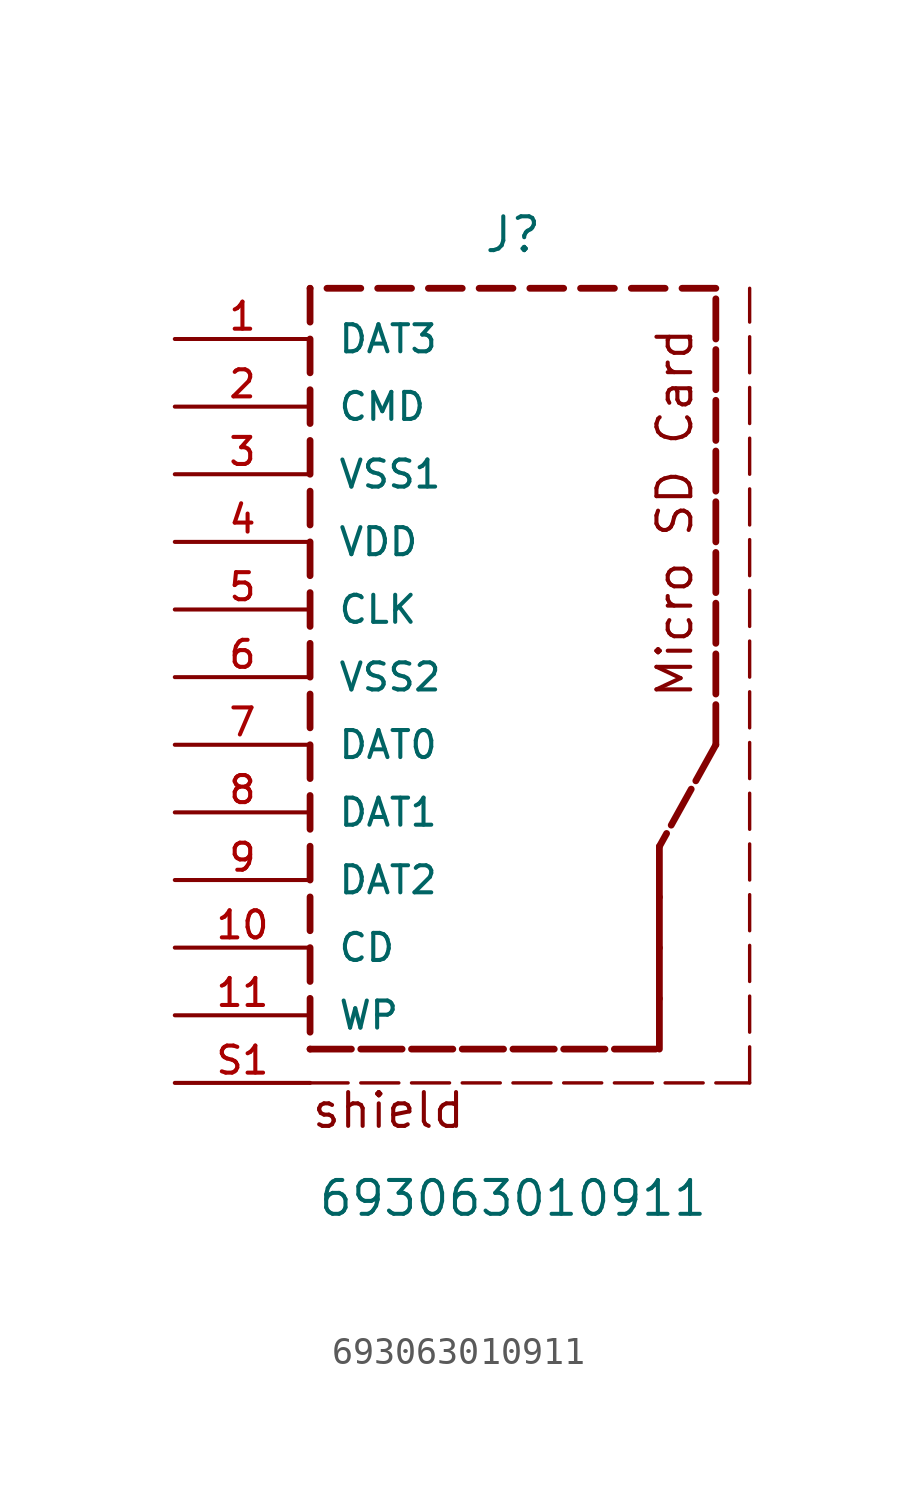
<source format=kicad_sym>
(kicad_symbol_lib
  (version 20211014)
  (generator kicad_symbol_editor)
  (symbol "693063010911"
    (pin_names
      (offset 1.016))
    (property "Reference" "J"
      (at 0.0 13.335 0)
      (effects (font (size 1.27 1.27)) (justify bottom)))
    (property "Value" "693063010911"
      (at 0.0 -22.86 0)
      (effects (font (size 1.27 1.27)) (justify bottom)))
    (symbol "693063010911_0_0"
      (text "Micro SD Card " (at 6.823 -3.402 900) (effects (font (size 1.27 1.27)) (justify bottom left)))
      (text "shield" (at -7.62 -19.558 0) (effects (font (size 1.27 1.27)) (justify bottom left)))
      (polyline (pts (xy -7.62 12.065) (xy -7.62 10.795)) (stroke (width 0.254)))
      (polyline (pts (xy -7.62 10.16) (xy -7.62 8.89)) (stroke (width 0.254)))
      (polyline (pts (xy -7.62 8.255) (xy -7.62 6.985)) (stroke (width 0.254)))
      (polyline (pts (xy -7.62 6.35) (xy -7.62 5.08)) (stroke (width 0.254)))
      (polyline (pts (xy -7.62 4.445) (xy -7.62 3.175)) (stroke (width 0.254)))
      (polyline (pts (xy -7.62 2.54) (xy -7.62 1.27)) (stroke (width 0.254)))
      (polyline (pts (xy -7.62 0.635) (xy -7.62 -0.635)) (stroke (width 0.254)))
      (polyline (pts (xy -7.62 -1.27) (xy -7.62 -2.54)) (stroke (width 0.254)))
      (polyline (pts (xy -7.62 -3.175) (xy -7.62 -4.445)) (stroke (width 0.254)))
      (polyline (pts (xy -7.62 -5.08) (xy -7.62 -6.35)) (stroke (width 0.254)))
      (polyline (pts (xy -7.62 -6.985) (xy -7.62 -8.255)) (stroke (width 0.254)))
      (polyline (pts (xy -7.62 -8.89) (xy -7.62 -10.16)) (stroke (width 0.254)))
      (polyline (pts (xy -7.62 -10.795) (xy -7.62 -12.065)) (stroke (width 0.254)))
      (polyline (pts (xy -7.62 -12.7) (xy -7.62 -13.97)) (stroke (width 0.254)))
      (polyline (pts (xy -7.62 -14.605) (xy -7.62 -15.875)) (stroke (width 0.254)))
      (polyline (pts (xy -7.62 -16.51) (xy -7.62 -16.51)) (stroke (width 0.254)))
      (polyline (pts (xy -7.62 -16.51) (xy -6.068 -16.51)) (stroke (width 0.254)))
      (polyline (pts (xy -5.715 -16.51) (xy -4.163 -16.51)) (stroke (width 0.254)))
      (polyline (pts (xy -3.81 -16.51) (xy -2.258 -16.51)) (stroke (width 0.254)))
      (polyline (pts (xy -1.905 -16.51) (xy -0.353 -16.51)) (stroke (width 0.254)))
      (polyline (pts (xy 8.88178e-16 -16.51) (xy 1.552 -16.51)) (stroke (width 0.254)))
      (polyline (pts (xy 1.905 -16.51) (xy 3.457 -16.51)) (stroke (width 0.254)))
      (polyline (pts (xy 3.81 -16.51) (xy 5.362 -16.51)) (stroke (width 0.254)))
      (polyline (pts (xy 7.62 12.065) (xy 6.35 12.065)) (stroke (width 0.254)))
      (polyline (pts (xy 5.715 12.065) (xy 4.445 12.065)) (stroke (width 0.254)))
      (polyline (pts (xy 3.81 12.065) (xy 2.54 12.065)) (stroke (width 0.254)))
      (polyline (pts (xy 1.905 12.065) (xy 0.635 12.065)) (stroke (width 0.254)))
      (polyline (pts (xy 0.0 12.065) (xy -1.27 12.065)) (stroke (width 0.254)))
      (polyline (pts (xy -1.905 12.065) (xy -3.175 12.065)) (stroke (width 0.254)))
      (polyline (pts (xy -3.81 12.065) (xy -5.08 12.065)) (stroke (width 0.254)))
      (polyline (pts (xy -5.715 12.065) (xy -6.985 12.065)) (stroke (width 0.254)))
      (polyline (pts (xy -7.62 12.065) (xy -7.62 12.065)) (stroke (width 0.254)))
      (polyline (pts (xy 7.62 -5.08) (xy 7.62 -3.572)) (stroke (width 0.254)))
      (polyline (pts (xy 7.62 -3.175) (xy 7.62 -1.667)) (stroke (width 0.254)))
      (polyline (pts (xy 7.62 -1.27) (xy 7.62 0.238)) (stroke (width 0.254)))
      (polyline (pts (xy 7.62 0.635) (xy 7.62 2.143)) (stroke (width 0.254)))
      (polyline (pts (xy 7.62 2.54) (xy 7.62 4.048)) (stroke (width 0.254)))
      (polyline (pts (xy 7.62 4.445) (xy 7.62 5.953)) (stroke (width 0.254)))
      (polyline (pts (xy 7.62 6.35) (xy 7.62 7.858)) (stroke (width 0.254)))
      (polyline (pts (xy 7.62 8.255) (xy 7.62 9.763)) (stroke (width 0.254)))
      (polyline (pts (xy 7.62 10.16) (xy 7.62 11.668)) (stroke (width 0.254)))
      (polyline (pts (xy -7.62 -17.78) (xy -6.191 -17.78)) (stroke (width 0.127)))
      (polyline (pts (xy -5.715 -17.78) (xy -4.286 -17.78)) (stroke (width 0.127)))
      (polyline (pts (xy -3.81 -17.78) (xy -2.381 -17.78)) (stroke (width 0.127)))
      (polyline (pts (xy -1.905 -17.78) (xy -0.476 -17.78)) (stroke (width 0.127)))
      (polyline (pts (xy 0.0 -17.78) (xy 1.429 -17.78)) (stroke (width 0.127)))
      (polyline (pts (xy 1.905 -17.78) (xy 3.334 -17.78)) (stroke (width 0.127)))
      (polyline (pts (xy 3.81 -17.78) (xy 5.239 -17.78)) (stroke (width 0.127)))
      (polyline (pts (xy 5.715 -17.78) (xy 7.144 -17.78)) (stroke (width 0.127)))
      (polyline (pts (xy 7.62 -17.78) (xy 8.89 -17.78)) (stroke (width 0.127)))
      (polyline (pts (xy 8.89 -17.78) (xy 8.89 -16.425)) (stroke (width 0.127)))
      (polyline (pts (xy 8.89 -15.875) (xy 8.89 -14.52)) (stroke (width 0.127)))
      (polyline (pts (xy 8.89 -13.97) (xy 8.89 -12.615)) (stroke (width 0.127)))
      (polyline (pts (xy 8.89 -12.065) (xy 8.89 -10.71)) (stroke (width 0.127)))
      (polyline (pts (xy 8.89 -10.16) (xy 8.89 -8.805)) (stroke (width 0.127)))
      (polyline (pts (xy 8.89 -8.255) (xy 8.89 -6.9)) (stroke (width 0.127)))
      (polyline (pts (xy 8.89 -6.35) (xy 8.89 -4.995)) (stroke (width 0.127)))
      (polyline (pts (xy 8.89 -4.445) (xy 8.89 -3.09)) (stroke (width 0.127)))
      (polyline (pts (xy 8.89 -2.54) (xy 8.89 -1.185)) (stroke (width 0.127)))
      (polyline (pts (xy 8.89 -0.635) (xy 8.89 0.72)) (stroke (width 0.127)))
      (polyline (pts (xy 8.89 1.27) (xy 8.89 2.625)) (stroke (width 0.127)))
      (polyline (pts (xy 8.89 3.175) (xy 8.89 4.53)) (stroke (width 0.127)))
      (polyline (pts (xy 8.89 5.08) (xy 8.89 6.435)) (stroke (width 0.127)))
      (polyline (pts (xy 8.89 6.985) (xy 8.89 8.34)) (stroke (width 0.127)))
      (polyline (pts (xy 8.89 8.89) (xy 8.89 10.245)) (stroke (width 0.127)))
      (polyline (pts (xy 8.89 10.795) (xy 8.89 12.065)) (stroke (width 0.127)))
      (polyline (pts (xy 7.62 -5.08) (xy 6.868 -6.435)) (stroke (width 0.254)))
      (polyline (pts (xy 6.696 -6.746) (xy 5.944 -8.1)) (stroke (width 0.254)))
      (polyline (pts (xy 5.771 -8.411) (xy 5.5 -8.9)) (stroke (width 0.254)))
      (polyline (pts (xy 5.5 -8.9) (xy 5.5 -10.802)) (stroke (width 0.254)))
      (polyline (pts (xy 5.5 -10.805) (xy 5.5 -12.707)) (stroke (width 0.254)))
      (polyline (pts (xy 5.5 -12.71) (xy 5.5 -14.612)) (stroke (width 0.254)))
      (polyline (pts (xy 5.5 -14.615) (xy 5.5 -16.51)) (stroke (width 0.254)))
      (pin bidirectional line (at -12.7 10.16 0) (length 5.08) (name "DAT3" (effects (font (size 1.016 1.016)))) (number "1" (effects (font (size 1.016 1.016)))))
      (pin bidirectional line (at -12.7 7.62 0) (length 5.08) (name "CMD" (effects (font (size 1.016 1.016)))) (number "2" (effects (font (size 1.016 1.016)))))
      (pin bidirectional line (at -12.7 5.08 0) (length 5.08) (name "VSS1" (effects (font (size 1.016 1.016)))) (number "3" (effects (font (size 1.016 1.016)))))
      (pin bidirectional line (at -12.7 2.54 0) (length 5.08) (name "VDD" (effects (font (size 1.016 1.016)))) (number "4" (effects (font (size 1.016 1.016)))))
      (pin bidirectional line (at -12.7 0.0 0) (length 5.08) (name "CLK" (effects (font (size 1.016 1.016)))) (number "5" (effects (font (size 1.016 1.016)))))
      (pin bidirectional line (at -12.7 -2.54 0) (length 5.08) (name "VSS2" (effects (font (size 1.016 1.016)))) (number "6" (effects (font (size 1.016 1.016)))))
      (pin bidirectional line (at -12.7 -5.08 0) (length 5.08) (name "DAT0" (effects (font (size 1.016 1.016)))) (number "7" (effects (font (size 1.016 1.016)))))
      (pin bidirectional line (at -12.7 -7.62 0) (length 5.08) (name "DAT1" (effects (font (size 1.016 1.016)))) (number "8" (effects (font (size 1.016 1.016)))))
      (pin bidirectional line (at -12.7 -10.16 0) (length 5.08) (name "DAT2" (effects (font (size 1.016 1.016)))) (number "9" (effects (font (size 1.016 1.016)))))
      (pin bidirectional line (at -12.7 -12.7 0) (length 5.08) (name "CD" (effects (font (size 1.016 1.016)))) (number "10" (effects (font (size 1.016 1.016)))))
      (pin bidirectional line (at -12.7 -15.24 0) (length 5.08) (name "WP" (effects (font (size 1.016 1.016)))) (number "11" (effects (font (size 1.016 1.016)))))
      (pin bidirectional line (at -12.7 -17.78 0) (length 5.08) (name "~" (effects (font (size 1.016 1.016)))) (number "S1" (effects (font (size 1.016 1.016))))))))
</source>
